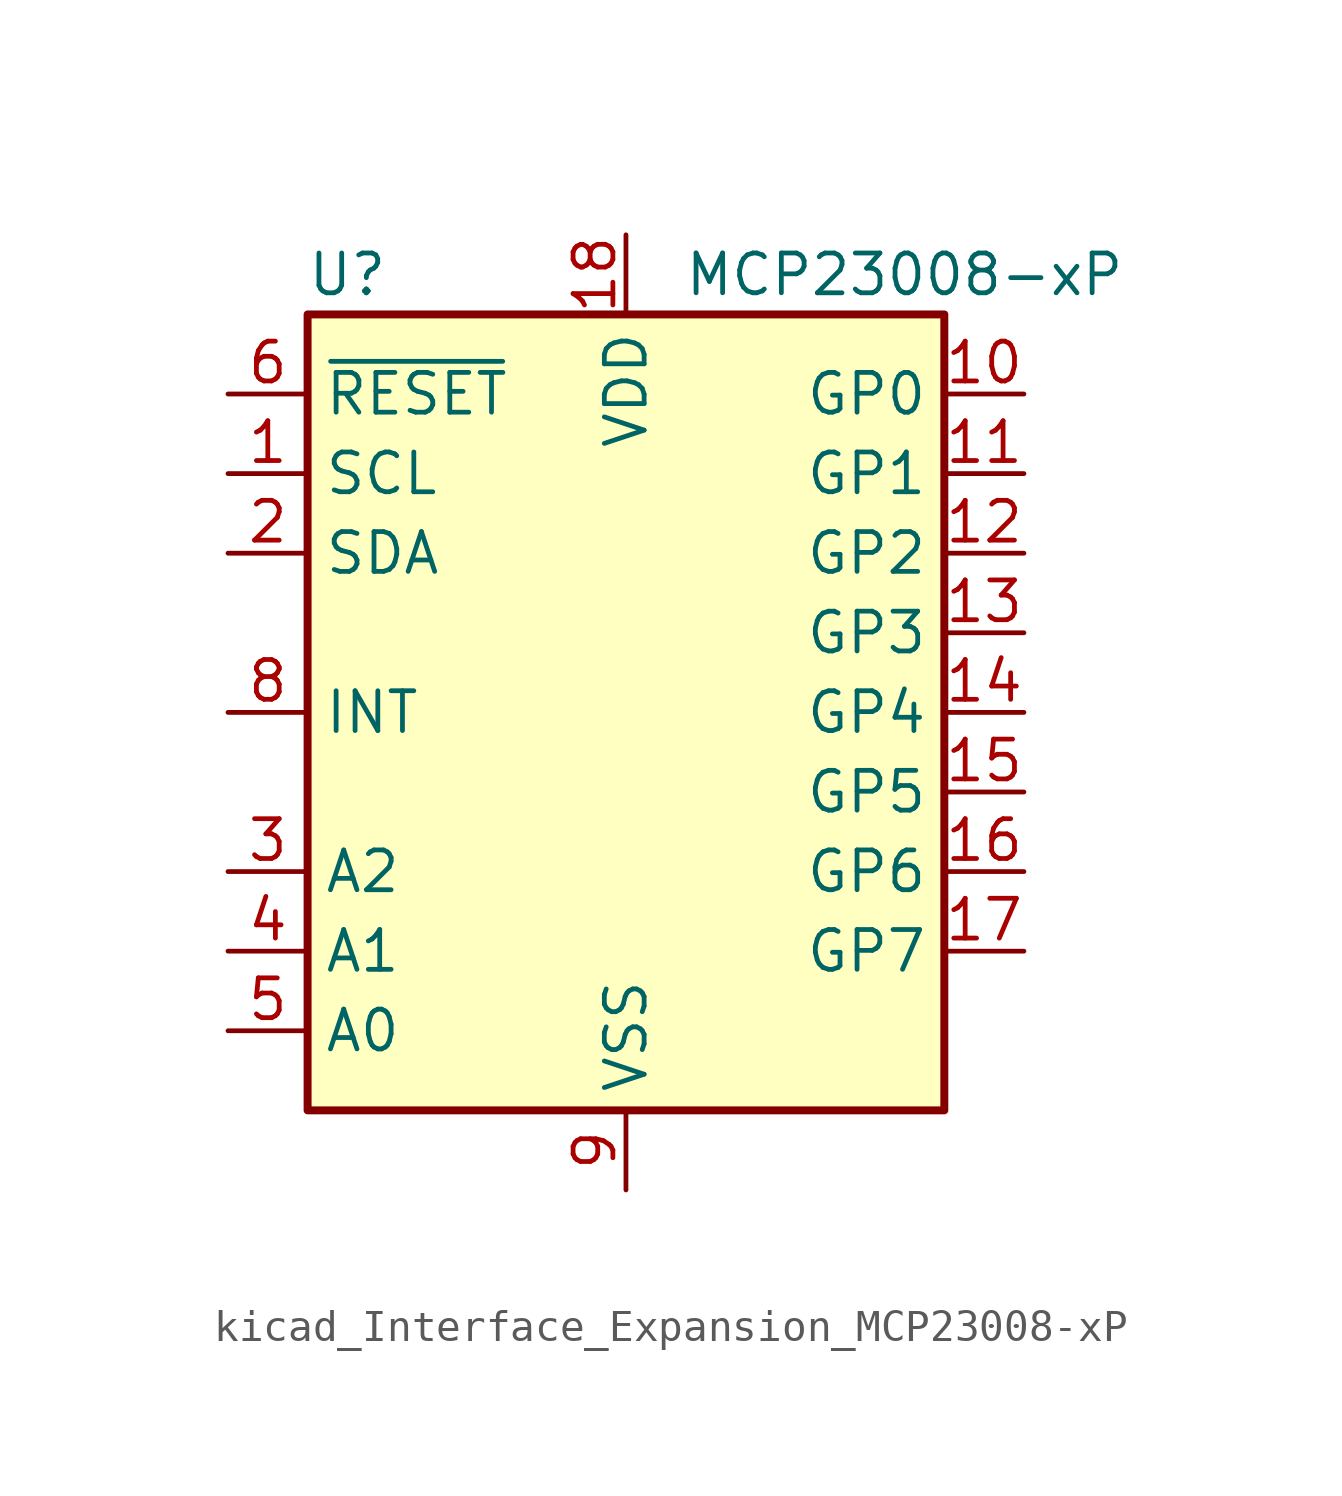
<source format=kicad_sym>
(kicad_symbol_lib
  (version 20220914)
  (generator kicad_symbol_editor)
  (symbol "kicad_Interface_Expansion_MCP23008-xP"
    (property "Reference" "U"
      (at -8.89 13.97 0)
      (effects (font (size 1.27 1.27))))
    (property "Value" "MCP23008-xP"
      (at 8.89 13.97 0)
      (effects (font (size 1.27 1.27))))
    (symbol "kicad_Interface_Expansion_MCP23008-xP_0_1"
      (rectangle (start -10.16 12.7) (end 10.16 -12.7) (stroke (width 0.254) (type default)) (fill (type background))))
    (symbol "kicad_Interface_Expansion_MCP23008-xP_1_1"
      (pin input line (at -12.7 7.62 0) (length 2.54) (name "SCL" (effects (font (size 1.27 1.27)))) (number "1" (effects (font (size 1.27 1.27)))))
      (pin bidirectional line (at 12.7 10.16 180) (length 2.54) (name "GP0" (effects (font (size 1.27 1.27)))) (number "10" (effects (font (size 1.27 1.27)))))
      (pin bidirectional line (at 12.7 7.62 180) (length 2.54) (name "GP1" (effects (font (size 1.27 1.27)))) (number "11" (effects (font (size 1.27 1.27)))))
      (pin bidirectional line (at 12.7 5.08 180) (length 2.54) (name "GP2" (effects (font (size 1.27 1.27)))) (number "12" (effects (font (size 1.27 1.27)))))
      (pin bidirectional line (at 12.7 2.54 180) (length 2.54) (name "GP3" (effects (font (size 1.27 1.27)))) (number "13" (effects (font (size 1.27 1.27)))))
      (pin bidirectional line (at 12.7 0 180) (length 2.54) (name "GP4" (effects (font (size 1.27 1.27)))) (number "14" (effects (font (size 1.27 1.27)))))
      (pin bidirectional line (at 12.7 -2.54 180) (length 2.54) (name "GP5" (effects (font (size 1.27 1.27)))) (number "15" (effects (font (size 1.27 1.27)))))
      (pin bidirectional line (at 12.7 -5.08 180) (length 2.54) (name "GP6" (effects (font (size 1.27 1.27)))) (number "16" (effects (font (size 1.27 1.27)))))
      (pin bidirectional line (at 12.7 -7.62 180) (length 2.54) (name "GP7" (effects (font (size 1.27 1.27)))) (number "17" (effects (font (size 1.27 1.27)))))
      (pin power_in line (at 0 15.24 270) (length 2.54) (name "VDD" (effects (font (size 1.27 1.27)))) (number "18" (effects (font (size 1.27 1.27)))))
      (pin bidirectional line (at -12.7 5.08 0) (length 2.54) (name "SDA" (effects (font (size 1.27 1.27)))) (number "2" (effects (font (size 1.27 1.27)))))
      (pin input line (at -12.7 -5.08 0) (length 2.54) (name "A2" (effects (font (size 1.27 1.27)))) (number "3" (effects (font (size 1.27 1.27)))))
      (pin input line (at -12.7 -7.62 0) (length 2.54) (name "A1" (effects (font (size 1.27 1.27)))) (number "4" (effects (font (size 1.27 1.27)))))
      (pin input line (at -12.7 -10.16 0) (length 2.54) (name "A0" (effects (font (size 1.27 1.27)))) (number "5" (effects (font (size 1.27 1.27)))))
      (pin input line (at -12.7 10.16 0) (length 2.54) (name "~{RESET}" (effects (font (size 1.27 1.27)))) (number "6" (effects (font (size 1.27 1.27)))))
      (pin no_connect line (at -10.16 -2.54 0) (length 2.54) hide (name "NC" (effects (font (size 1.27 1.27)))) (number "7" (effects (font (size 1.27 1.27)))))
      (pin output line (at -12.7 0 0) (length 2.54) (name "INT" (effects (font (size 1.27 1.27)))) (number "8" (effects (font (size 1.27 1.27)))) (alternate "INT" open_collector line))
      (pin power_in line (at 0 -15.24 90) (length 2.54) (name "VSS" (effects (font (size 1.27 1.27)))) (number "9" (effects (font (size 1.27 1.27))))))))
</source>
